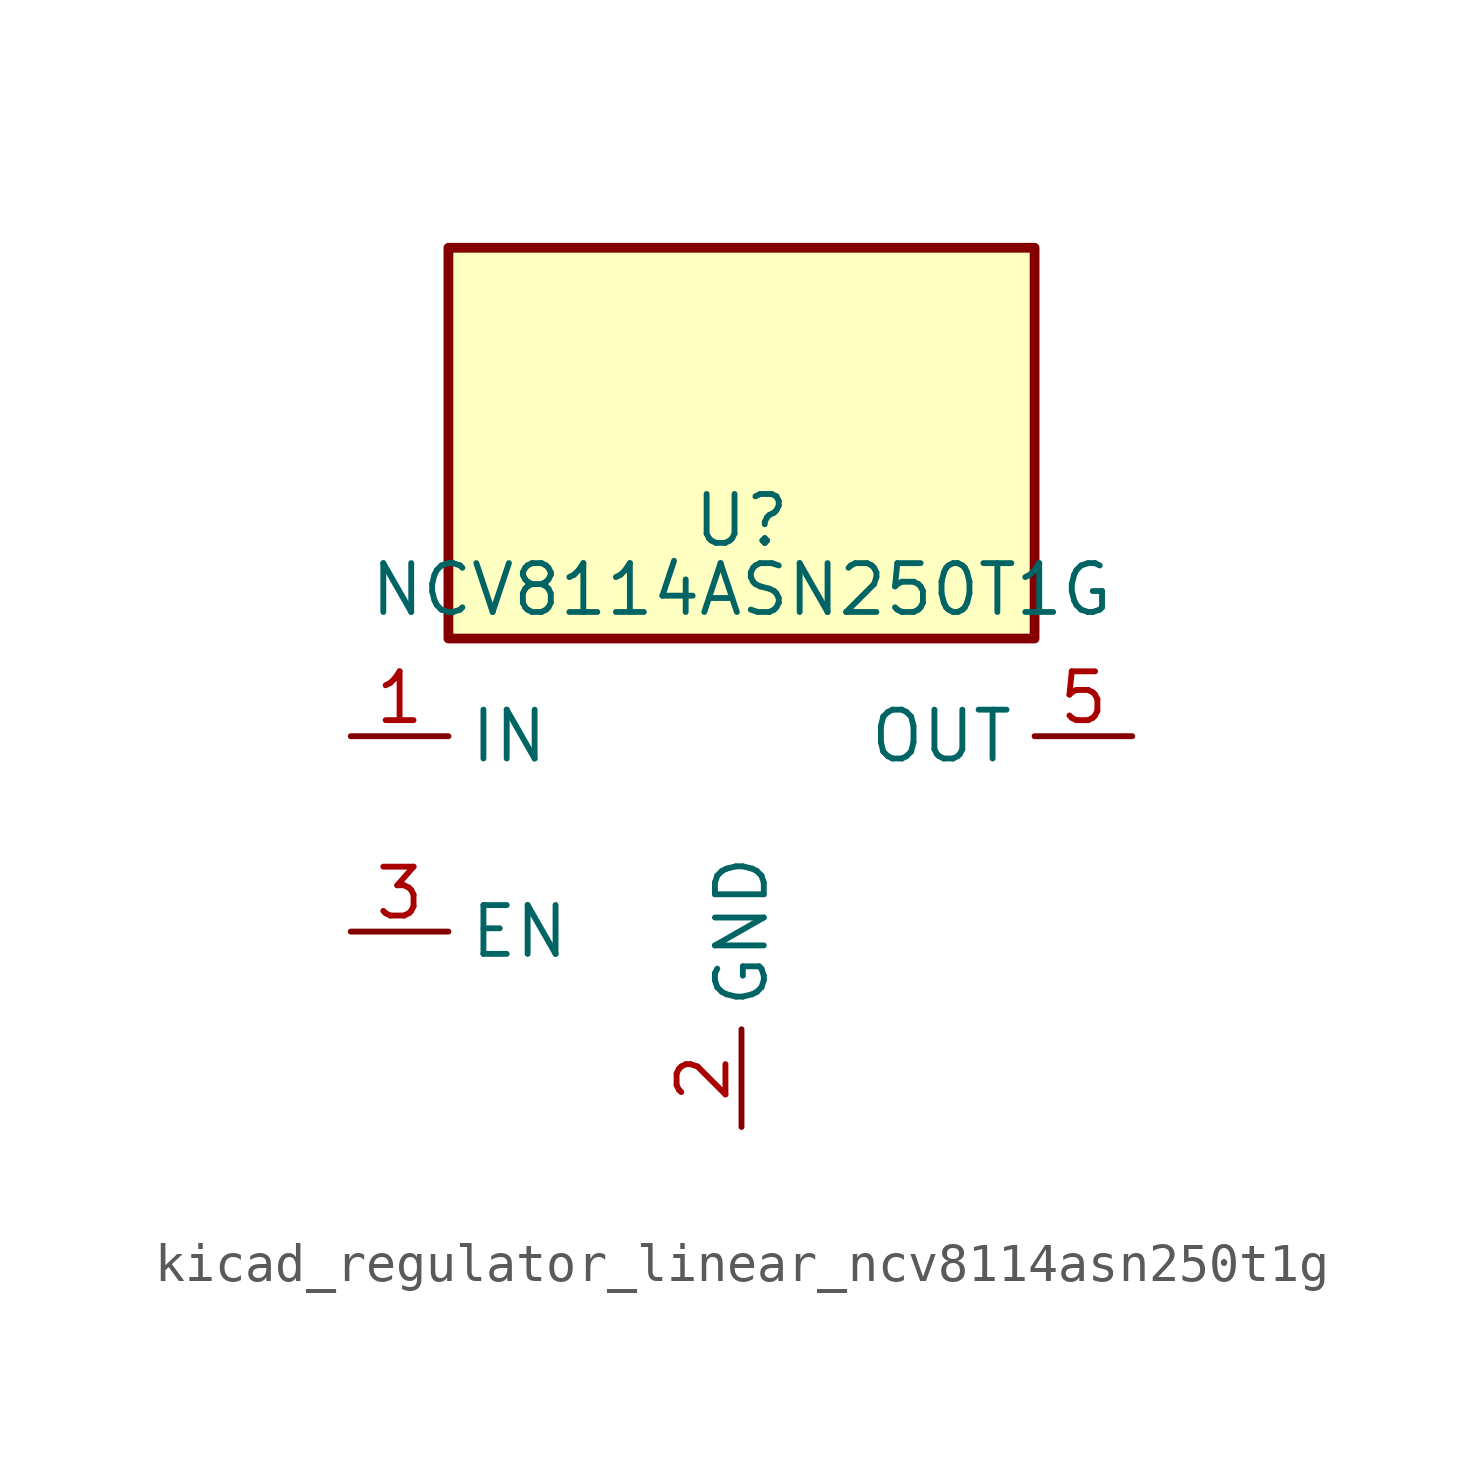
<source format=kicad_sym>
(kicad_symbol_lib
  (version 20220914)
  (generator kicad_symbol_editor)
  (symbol "kicad_regulator_linear_ncv8114asn250t1g"
    (property "Reference" "U"
      (at 0 8.89 0)
      (effects (font (size 1.27 1.27)) (justify top)))
    (property "Value" "NCV8114ASN250T1G"
      (at 0 6.35 0)
      (effects (font (size 1.27 1.27))))
    (symbol "kicad_regulator_linear_ncv8114asn250t1g_0_1"
      (rectangle (start 7.62 15.24) (end -7.62 5.08) (stroke (width 0.254) (type default)) (fill (type background))))
    (symbol "kicad_regulator_linear_ncv8114asn250t1g_1_1"
      (pin power_in line (at -10.16 2.54 0) (length 2.54) (name "IN" (effects (font (size 1.27 1.27)))) (number "1" (effects (font (size 1.27 1.27)))))
      (pin power_in line (at 0 -7.62 90) (length 2.54) (name "GND" (effects (font (size 1.27 1.27)))) (number "2" (effects (font (size 1.27 1.27)))))
      (pin input line (at -10.16 -2.54 0) (length 2.54) (name "EN" (effects (font (size 1.27 1.27)))) (number "3" (effects (font (size 1.27 1.27)))))
      (pin no_connect line (at 7.62 -2.54 180) (length 2.54) hide (name "NC" (effects (font (size 1.27 1.27)))) (number "4" (effects (font (size 1.27 1.27)))))
      (pin power_out line (at 10.16 2.54 180) (length 2.54) (name "OUT" (effects (font (size 1.27 1.27)))) (number "5" (effects (font (size 1.27 1.27))))))))
</source>
